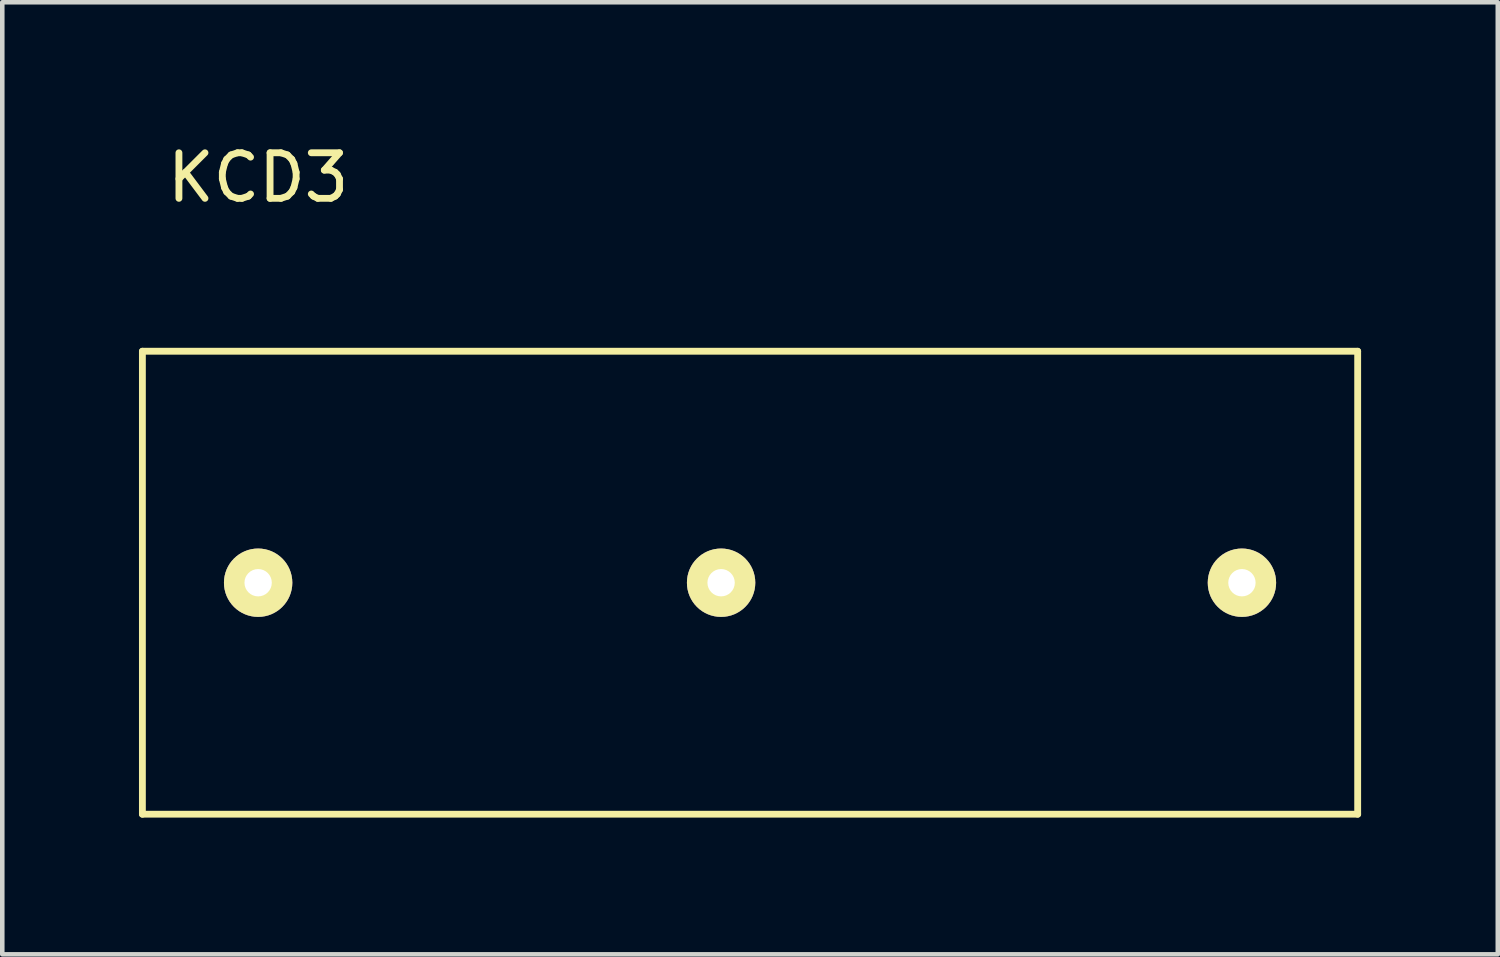
<source format=kicad_pcb>
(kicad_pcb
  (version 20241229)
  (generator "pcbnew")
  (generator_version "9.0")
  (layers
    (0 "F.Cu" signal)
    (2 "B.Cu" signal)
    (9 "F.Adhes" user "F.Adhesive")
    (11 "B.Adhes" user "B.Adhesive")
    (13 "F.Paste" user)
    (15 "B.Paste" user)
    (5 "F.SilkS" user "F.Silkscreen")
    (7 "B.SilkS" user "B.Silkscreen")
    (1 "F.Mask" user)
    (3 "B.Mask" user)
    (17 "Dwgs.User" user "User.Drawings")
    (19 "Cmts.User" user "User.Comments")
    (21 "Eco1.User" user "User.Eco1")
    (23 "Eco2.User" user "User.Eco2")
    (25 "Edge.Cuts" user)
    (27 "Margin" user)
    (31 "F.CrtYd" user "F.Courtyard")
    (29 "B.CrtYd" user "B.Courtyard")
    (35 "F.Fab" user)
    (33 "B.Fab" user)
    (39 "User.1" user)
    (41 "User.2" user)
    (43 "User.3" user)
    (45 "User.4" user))
  (footprint "KCD3"
    (layer "F.Cu")
    (at 2.615 0.848)
    (property "Reference" "KCD3" (at 0 0 0) (layer "F.SilkS") (effects (font (size 1 1) (thickness 0.15))))
    (attr through_hole)
    (fp_line (start -2.54 3.81) (end 24.13 3.81) (stroke (width 0.15) (type solid)) (layer "F.SilkS"))
    (fp_line (start -2.54 13.97) (end -2.54 3.81) (stroke (width 0.15) (type solid)) (layer "F.SilkS"))
    (fp_line (start 24.13 3.81) (end 24.13 13.97) (stroke (width 0.15) (type solid)) (layer "F.SilkS"))
    (fp_line (start 24.13 13.97) (end -2.54 13.97) (stroke (width 0.15) (type solid)) (layer "F.SilkS"))
    (pad "4" thru_hole circle (at 0 8.89) (size 1.5 1.5) (drill 0.6) (layers "*.Cu" "*.Mask" "F.SilkS"))
    (pad "5" thru_hole circle (at 10.16 8.89) (size 1.5 1.5) (drill 0.6) (layers "*.Cu" "*.Mask" "F.SilkS"))
    (pad "6" thru_hole circle (at 21.59 8.89) (size 1.5 1.5) (drill 0.6) (layers "*.Cu" "*.Mask" "F.SilkS")))
  (gr_rect
    (start -3 -3)
    (end 29.82 17.893)
    (stroke (width 0.1) (type default))
    (fill no)
    (layer "Edge.Cuts")))
</source>
